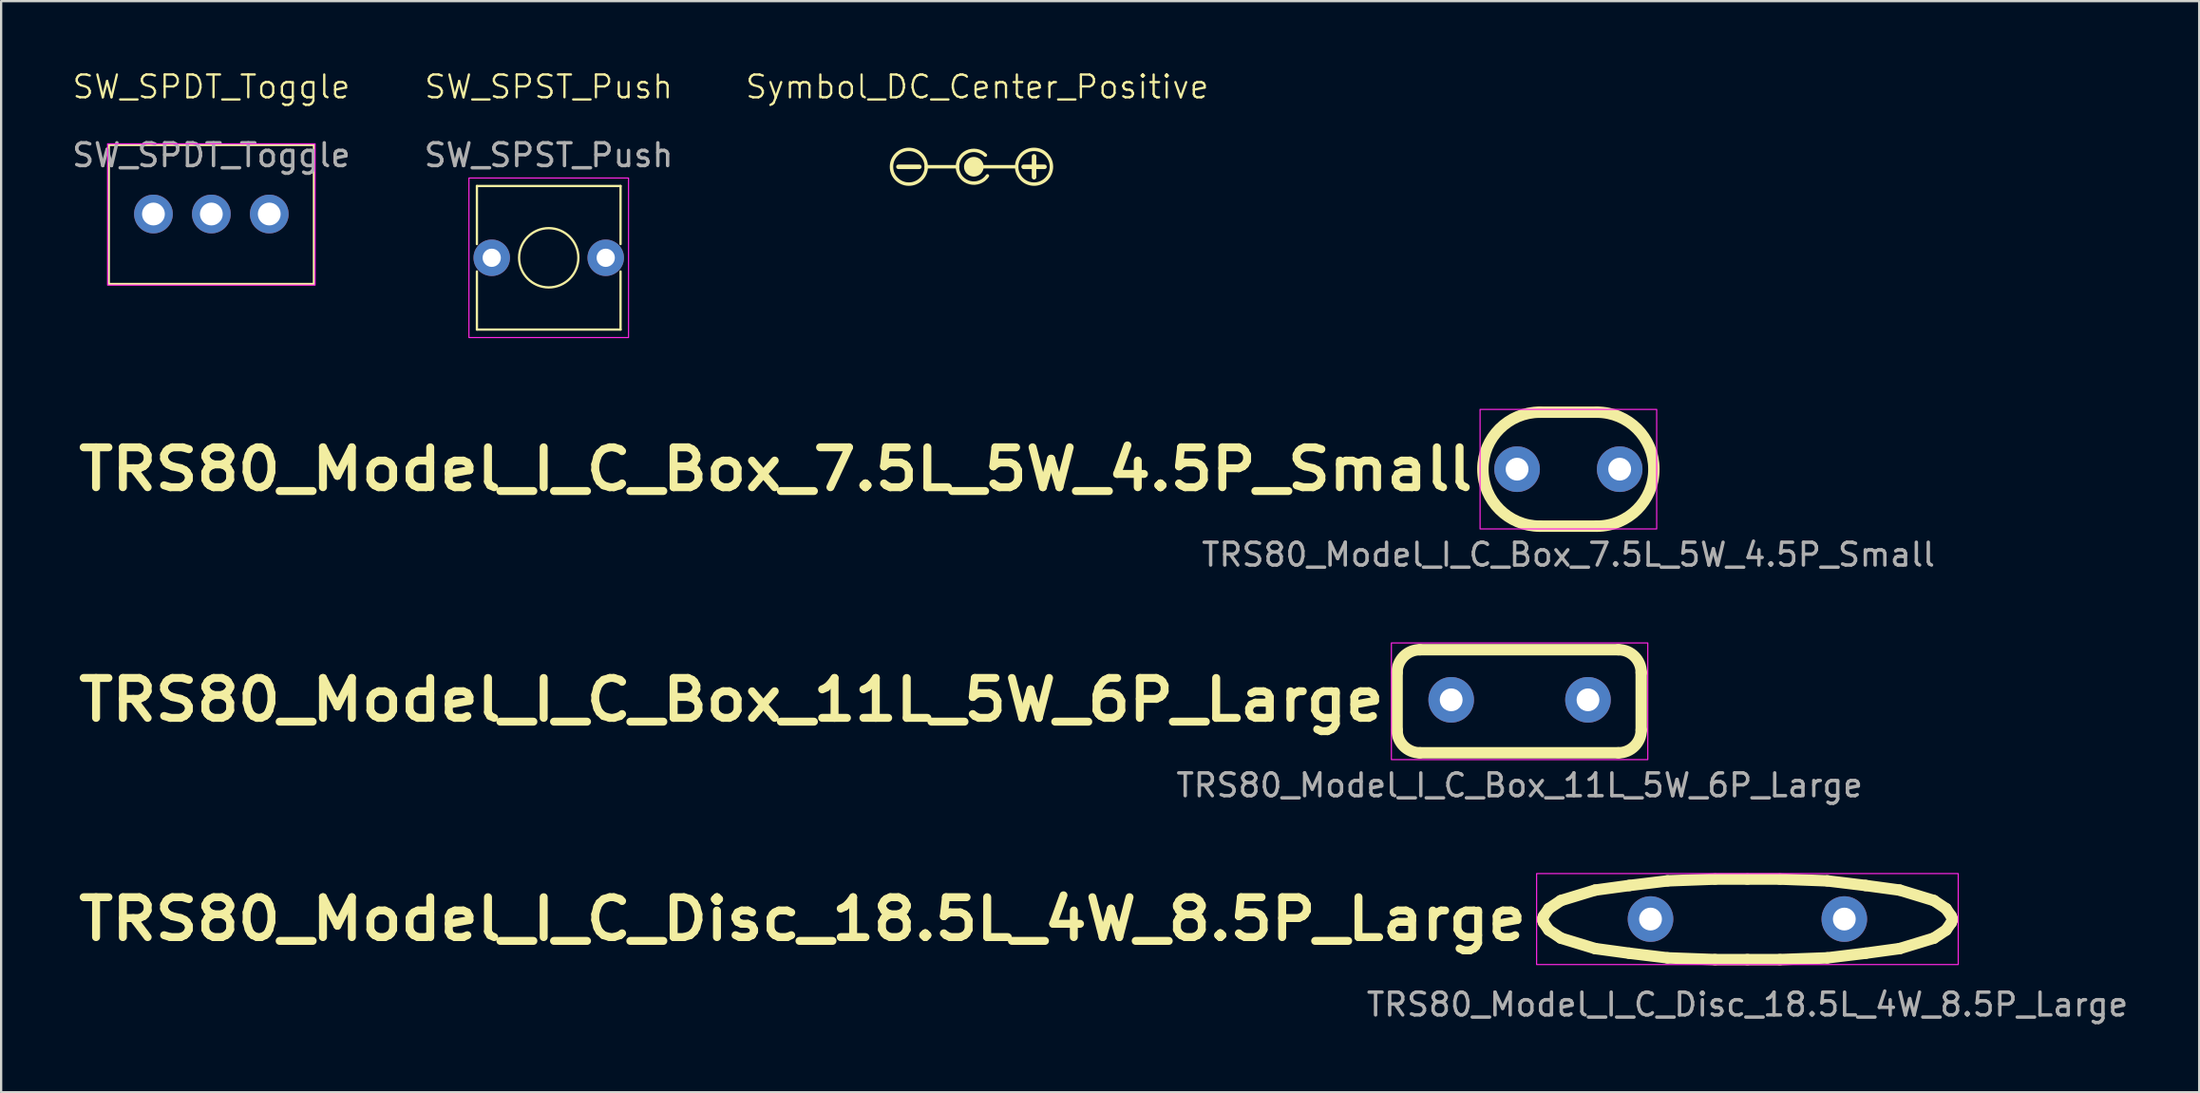
<source format=kicad_pcb>
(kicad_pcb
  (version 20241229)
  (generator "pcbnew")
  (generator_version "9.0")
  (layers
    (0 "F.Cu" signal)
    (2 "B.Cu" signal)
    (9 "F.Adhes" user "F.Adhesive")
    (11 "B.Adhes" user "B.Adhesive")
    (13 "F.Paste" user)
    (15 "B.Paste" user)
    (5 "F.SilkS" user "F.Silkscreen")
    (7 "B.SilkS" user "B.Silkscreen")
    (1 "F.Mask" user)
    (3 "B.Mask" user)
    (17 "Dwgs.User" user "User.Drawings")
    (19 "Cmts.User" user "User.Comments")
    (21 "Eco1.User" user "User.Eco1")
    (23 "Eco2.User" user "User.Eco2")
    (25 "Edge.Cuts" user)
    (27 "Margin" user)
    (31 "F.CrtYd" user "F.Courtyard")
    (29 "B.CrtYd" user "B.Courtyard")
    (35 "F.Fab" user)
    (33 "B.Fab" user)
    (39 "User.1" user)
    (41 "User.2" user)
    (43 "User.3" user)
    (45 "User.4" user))
  (footprint "TRS80_Model_I_C_Disc_18.5L_4W_8.5P_Large"
    (layer "F.Cu")
    (at 73.594 37.274)
    (property "Reference" "TRS80_Model_I_C_Disc_18.5L_4W_8.5P_Large" (at -9.5 0 0) (unlocked yes) (layer "F.SilkS") (effects (font (size 1.75 1.9) (thickness 0.35) (bold yes)) (justify right)))
    (attr through_hole)
    (fp_line (start -8.941 -0.127) (end -8.992 0.025) (stroke (width 0.5) (type default)) (layer "F.SilkS"))
    (fp_line (start -8.941 -0.127) (end -8.712 -0.457) (stroke (width 0.5) (type default)) (layer "F.SilkS"))
    (fp_line (start -8.941 0.152) (end -8.992 0) (stroke (width 0.5) (type default)) (layer "F.SilkS"))
    (fp_line (start -8.941 0.152) (end -8.712 0.483) (stroke (width 0.5) (type default)) (layer "F.SilkS"))
    (fp_line (start -8.712 -0.457) (end -8.179 -0.813) (stroke (width 0.5) (type default)) (layer "F.SilkS"))
    (fp_line (start -8.712 0.483) (end -8.179 0.838) (stroke (width 0.5) (type default)) (layer "F.SilkS"))
    (fp_line (start -8.179 -0.813) (end -6.68 -1.27) (stroke (width 0.5) (type default)) (layer "F.SilkS"))
    (fp_line (start -8.179 0.838) (end -6.68 1.295) (stroke (width 0.5) (type default)) (layer "F.SilkS"))
    (fp_line (start -6.68 -1.27) (end -5.182 -1.473) (stroke (width 0.5) (type default)) (layer "F.SilkS"))
    (fp_line (start -6.68 1.295) (end -5.182 1.499) (stroke (width 0.5) (type default)) (layer "F.SilkS"))
    (fp_line (start -5.182 -1.473) (end -3.505 -1.676) (stroke (width 0.5) (type default)) (layer "F.SilkS"))
    (fp_line (start -5.182 1.499) (end -3.505 1.702) (stroke (width 0.5) (type default)) (layer "F.SilkS"))
    (fp_line (start -3.505 -1.676) (end -1.422 -1.753) (stroke (width 0.5) (type default)) (layer "F.SilkS"))
    (fp_line (start -3.505 1.702) (end -1.422 1.778) (stroke (width 0.5) (type default)) (layer "F.SilkS"))
    (fp_line (start -1.422 -1.753) (end 0 -1.753) (stroke (width 0.5) (type default)) (layer "F.SilkS"))
    (fp_line (start -1.422 1.778) (end 0 1.778) (stroke (width 0.5) (type default)) (layer "F.SilkS"))
    (fp_line (start 1.422 -1.753) (end 0 -1.753) (stroke (width 0.5) (type default)) (layer "F.SilkS"))
    (fp_line (start 1.422 1.778) (end 0 1.778) (stroke (width 0.5) (type default)) (layer "F.SilkS"))
    (fp_line (start 3.505 -1.676) (end 1.422 -1.753) (stroke (width 0.5) (type default)) (layer "F.SilkS"))
    (fp_line (start 3.505 1.702) (end 1.422 1.778) (stroke (width 0.5) (type default)) (layer "F.SilkS"))
    (fp_line (start 5.182 -1.473) (end 3.505 -1.676) (stroke (width 0.5) (type default)) (layer "F.SilkS"))
    (fp_line (start 5.182 1.499) (end 3.505 1.702) (stroke (width 0.5) (type default)) (layer "F.SilkS"))
    (fp_line (start 6.68 -1.27) (end 5.182 -1.473) (stroke (width 0.5) (type default)) (layer "F.SilkS"))
    (fp_line (start 6.68 1.295) (end 5.182 1.499) (stroke (width 0.5) (type default)) (layer "F.SilkS"))
    (fp_line (start 8.179 -0.813) (end 6.68 -1.27) (stroke (width 0.5) (type default)) (layer "F.SilkS"))
    (fp_line (start 8.179 0.838) (end 6.68 1.295) (stroke (width 0.5) (type default)) (layer "F.SilkS"))
    (fp_line (start 8.712 -0.457) (end 8.179 -0.813) (stroke (width 0.5) (type default)) (layer "F.SilkS"))
    (fp_line (start 8.712 0.483) (end 8.179 0.838) (stroke (width 0.5) (type default)) (layer "F.SilkS"))
    (fp_line (start 8.941 -0.127) (end 8.712 -0.457) (stroke (width 0.5) (type default)) (layer "F.SilkS"))
    (fp_line (start 8.941 -0.127) (end 8.992 0.025) (stroke (width 0.5) (type default)) (layer "F.SilkS"))
    (fp_line (start 8.941 0.152) (end 8.712 0.483) (stroke (width 0.5) (type default)) (layer "F.SilkS"))
    (fp_line (start 8.941 0.152) (end 8.992 0) (stroke (width 0.5) (type default)) (layer "F.SilkS"))
    (fp_rect (start -9.246 -1.996) (end 9.246 1.996) (stroke (width 0.05) (type default)) (fill no) (layer "F.CrtYd"))
    (fp_text user "${REFERENCE}" (at 0 3.75 0) (unlocked yes) (layer "F.Fab") (effects (font (size 1 1) (thickness 0.15))))
    (pad "1" thru_hole circle (at -4.25 0) (size 2 2) (drill 1) (layers "*.Cu" "*.Mask"))
    (pad "2" thru_hole circle (at 4.25 0) (size 2 2) (drill 1) (layers "*.Cu" "*.Mask")))
  (footprint "Symbol_DC_Center_Positive"
    (layer "F.Cu")
    (at 39.71 4.215)
    (property "Reference" "Symbol_DC_Center_Positive" (at 0.102 -3.454 0) (unlocked yes) (layer "F.SilkS") (effects (font (size 1 1) (thickness 0.1))))
    (fp_line (start -0.762 0.051) (end -2.132 0.051) (stroke (width 0.15) (type default)) (layer "F.SilkS"))
    (fp_line (start 0.309 0.051) (end 1.833 0.051) (stroke (width 0.15) (type default)) (layer "F.SilkS"))
    (fp_arc (start 0.550686 0.449308) (mid -0.762026 0.121592) (end 0.460924 -0.4572) (stroke (width 0.15) (type default)) (layer "F.SilkS"))
    (fp_circle (center -2.896 0.051) (end -2.134 0.051) (stroke (width 0.15) (type default)) (fill no) (layer "F.SilkS"))
    (fp_circle (center -0.047 0.051) (end 0.309 0.051) (stroke (width 0.15) (type solid)) (fill yes) (layer "F.SilkS"))
    (fp_circle (center 2.595 0.051) (end 3.357 0.051) (stroke (width 0.15) (type default)) (fill no) (layer "F.SilkS"))
    (fp_text user "+" (at 2.595 -0.034 0) (unlocked yes) (layer "F.SilkS") (effects (font (size 1.2 1.2) (thickness 0.2))))
    (fp_text user "-" (at -2.896 -0.034 0) (unlocked yes) (layer "F.SilkS") (effects (font (size 1.2 1.2) (thickness 0.2)))))
  (footprint "SW_SPDT_Toggle"
    (layer "F.Cu")
    (at 6.22 1.26)
    (property "Reference" "SW_SPDT_Toggle" (at 0 -0.5 0) (unlocked yes) (layer "F.SilkS") (effects (font (size 1 1) (thickness 0.1))))
    (attr through_hole)
    (fp_rect (start -4.5 2.05) (end 4.5 8.15) (stroke (width 0.1) (type default)) (fill no) (layer "F.SilkS"))
    (fp_rect (start -4.55 2) (end 4.55 8.2) (stroke (width 0.05) (type default)) (fill no) (layer "F.CrtYd"))
    (fp_text user "${REFERENCE}" (at 0 2.5 0) (unlocked yes) (layer "F.Fab") (effects (font (size 1 1) (thickness 0.15))))
    (pad "1" thru_hole circle (at -2.54 5.08) (size 1.7 1.7) (drill 1) (layers "*.Cu" "*.Mask"))
    (pad "2" thru_hole circle (at 0 5.08) (size 1.7 1.7) (drill 1) (layers "*.Cu" "*.Mask"))
    (pad "3" thru_hole circle (at 2.54 5.08) (size 1.7 1.7) (drill 1) (layers "*.Cu" "*.Mask")))
  (footprint "TRS80_Model_I_C_Box_7.5L_5W_4.5P_Small"
    (layer "F.Cu")
    (at 65.741 17.535)
    (property "Reference" "TRS80_Model_I_C_Box_7.5L_5W_4.5P_Small" (at -4 0 0) (unlocked yes) (layer "F.SilkS") (effects (font (size 1.75 1.9) (thickness 0.35) (bold yes)) (justify right)))
    (attr through_hole)
    (fp_line (start -1.25 -2.5) (end 1.25 -2.5) (stroke (width 0.5) (type default)) (layer "F.SilkS"))
    (fp_line (start 1.25 2.5) (end -1.25 2.5) (stroke (width 0.5) (type default)) (layer "F.SilkS"))
    (fp_arc (start -1.25 2.5) (mid -3.75 0) (end -1.25 -2.5) (stroke (width 0.5) (type default)) (layer "F.SilkS"))
    (fp_arc (start 1.25 -2.5) (mid 3.75 0) (end 1.25 2.5) (stroke (width 0.5) (type default)) (layer "F.SilkS"))
    (fp_rect (start -3.873 -2.623) (end 3.873 2.623) (stroke (width 0.05) (type default)) (fill no) (layer "F.CrtYd"))
    (fp_text user "${REFERENCE}" (at 0 3.75 0) (unlocked yes) (layer "F.Fab") (effects (font (size 1 1) (thickness 0.15))))
    (pad "1" thru_hole circle (at -2.25 0) (size 2 2) (drill 1) (layers "*.Cu" "*.Mask"))
    (pad "2" thru_hole circle (at 2.25 0) (size 2 2) (drill 1) (layers "*.Cu" "*.Mask")))
  (footprint "TRS80_Model_I_C_Box_11L_5W_6P_Large"
    (layer "F.Cu")
    (at 63.601 27.655)
    (property "Reference" "TRS80_Model_I_C_Box_11L_5W_6P_Large" (at -5.75 0 0) (unlocked yes) (layer "F.SilkS") (effects (font (size 1.75 1.9) (thickness 0.35) (bold yes)) (justify right)))
    (attr through_hole)
    (fp_line (start -5.373 -1.198) (end -5.373 1.325) (stroke (width 0.5) (type default)) (layer "F.SilkS"))
    (fp_line (start -4.373 -2.198) (end 4.334 -2.198) (stroke (width 0.5) (type default)) (layer "F.SilkS"))
    (fp_line (start 4.334 2.325) (end -4.373 2.325) (stroke (width 0.5) (type default)) (layer "F.SilkS"))
    (fp_line (start 5.334 -1.198) (end 5.334 1.325) (stroke (width 0.5) (type default)) (layer "F.SilkS"))
    (fp_arc (start -5.372894 -1.197894) (mid -5.08 -1.905) (end -4.372894 -2.197894) (stroke (width 0.5) (type default)) (layer "F.SilkS"))
    (fp_arc (start -4.372894 2.324893) (mid -5.080001 2.032) (end -5.372894 1.324893) (stroke (width 0.5) (type default)) (layer "F.SilkS"))
    (fp_arc (start 4.334 -2.197894) (mid 5.041107 -1.905001) (end 5.334 -1.197894) (stroke (width 0.5) (type default)) (layer "F.SilkS"))
    (fp_arc (start 5.334 1.324893) (mid 5.041107 2.032) (end 4.334 2.324893) (stroke (width 0.5) (type default)) (layer "F.SilkS"))
    (fp_rect (start -5.623 -2.496) (end 5.623 2.623) (stroke (width 0.05) (type default)) (fill no) (layer "F.CrtYd"))
    (fp_text user "${REFERENCE}" (at 0 3.75 0) (unlocked yes) (layer "F.Fab") (effects (font (size 1 1) (thickness 0.15))))
    (pad "1" thru_hole circle (at -3 0) (size 2 2) (drill 1) (layers "*.Cu" "*.Mask"))
    (pad "2" thru_hole circle (at 3 0) (size 2 2) (drill 1) (layers "*.Cu" "*.Mask")))
  (footprint "SW_SPST_Push"
    (layer "F.Cu")
    (at 21.018 1.26)
    (property "Reference" "SW_SPST_Push" (at 0 -0.5 0) (unlocked yes) (layer "F.SilkS") (effects (font (size 1 1) (thickness 0.1))))
    (attr through_hole)
    (fp_line (start -3.15 3.85) (end 3.15 3.85) (stroke (width 0.1) (type default)) (layer "F.SilkS"))
    (fp_line (start -3.15 6.4) (end -3.15 3.85) (stroke (width 0.1) (type default)) (layer "F.SilkS"))
    (fp_line (start -3.15 10.15) (end -3.15 7.6) (stroke (width 0.1) (type default)) (layer "F.SilkS"))
    (fp_line (start 3.15 3.85) (end 3.15 6.4) (stroke (width 0.1) (type default)) (layer "F.SilkS"))
    (fp_line (start 3.15 7.6) (end 3.15 10.15) (stroke (width 0.1) (type default)) (layer "F.SilkS"))
    (fp_line (start 3.15 10.15) (end -3.15 10.15) (stroke (width 0.1) (type default)) (layer "F.SilkS"))
    (fp_circle (center 0 7) (end 1.3 7) (stroke (width 0.1) (type default)) (fill no) (layer "F.SilkS"))
    (fp_rect (start -3.5 3.5) (end 3.5 10.5) (stroke (width 0.05) (type default)) (fill no) (layer "F.CrtYd"))
    (fp_text user "${REFERENCE}" (at 0 2.5 0) (unlocked yes) (layer "F.Fab") (effects (font (size 1 1) (thickness 0.15))))
    (pad "1" thru_hole circle (at -2.5 7) (size 1.6 1.6) (drill 0.8) (layers "*.Cu" "*.Mask"))
    (pad "2" thru_hole circle (at 2.5 7) (size 1.6 1.6) (drill 0.8) (layers "*.Cu" "*.Mask")))
  (gr_rect
    (start -3 -3)
    (end 93.409 44.872)
    (stroke (width 0.1) (type default))
    (fill no)
    (layer "Edge.Cuts")))
</source>
